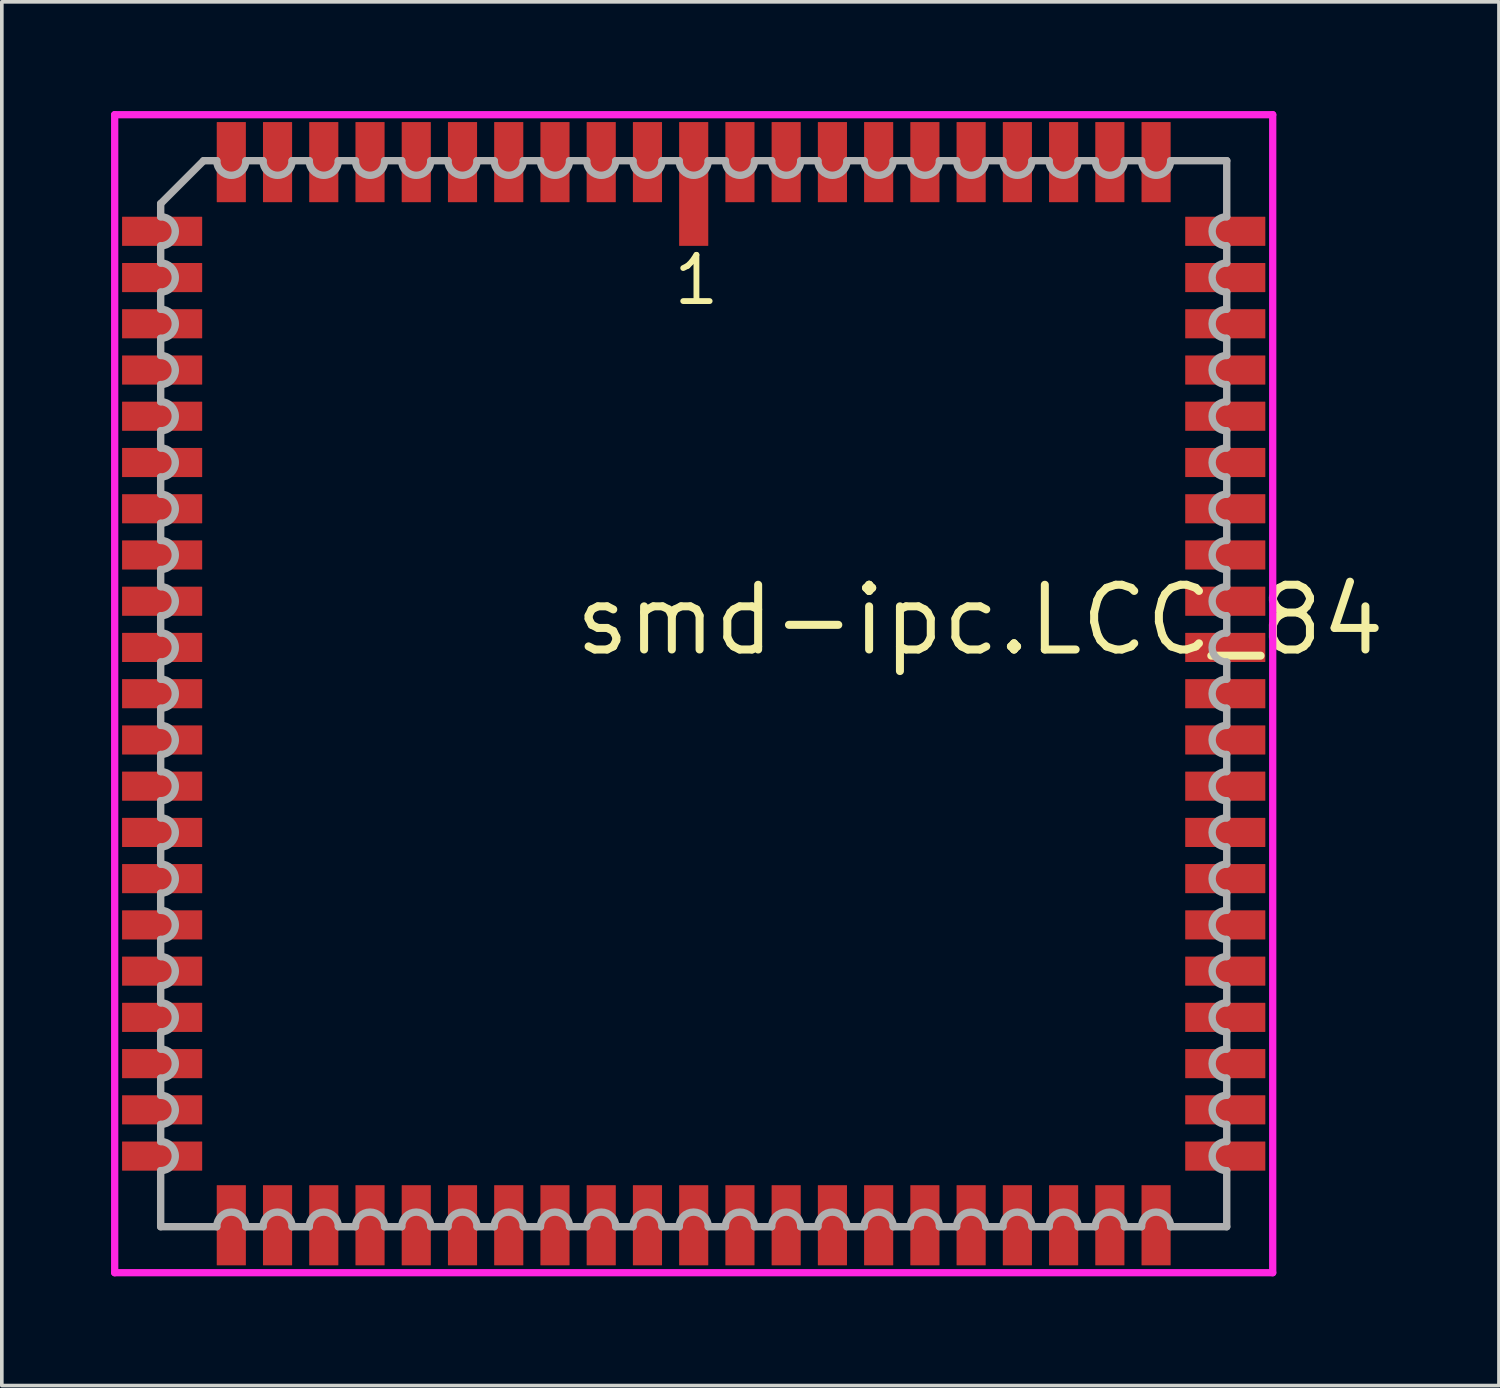
<source format=kicad_pcb>
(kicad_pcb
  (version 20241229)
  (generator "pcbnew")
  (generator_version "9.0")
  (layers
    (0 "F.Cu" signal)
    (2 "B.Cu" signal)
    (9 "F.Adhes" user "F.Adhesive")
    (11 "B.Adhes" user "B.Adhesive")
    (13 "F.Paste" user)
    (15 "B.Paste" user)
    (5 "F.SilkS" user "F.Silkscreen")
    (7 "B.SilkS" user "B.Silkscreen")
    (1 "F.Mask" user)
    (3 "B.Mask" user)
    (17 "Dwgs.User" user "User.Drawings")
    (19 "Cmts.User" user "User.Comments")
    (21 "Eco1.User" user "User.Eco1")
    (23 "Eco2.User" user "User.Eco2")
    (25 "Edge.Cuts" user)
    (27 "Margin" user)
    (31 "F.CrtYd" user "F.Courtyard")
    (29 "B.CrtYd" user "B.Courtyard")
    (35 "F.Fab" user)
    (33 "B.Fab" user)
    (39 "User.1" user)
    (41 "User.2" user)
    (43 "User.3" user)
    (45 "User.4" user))
  (footprint "smd-ipc.LCC_84"
    (layer "F.Cu")
    (at 16.003 16.003)
    (property "Reference" "smd-ipc.LCC_84" (at -3.37 -0.985 0) (layer "F.SilkS") (effects (font (size 1.778 1.778) (thickness 0.22)) (justify left bottom)))
    (attr smd)
    (fp_line (start -15.903 -15.903) (end 15.903 -15.903) (stroke (width 0.2) (type default)) (layer "F.CrtYd"))
    (fp_line (start -15.903 15.903) (end -15.903 -15.903) (stroke (width 0.2) (type default)) (layer "F.CrtYd"))
    (fp_line (start 15.903 -15.903) (end 15.903 15.903) (stroke (width 0.2) (type default)) (layer "F.CrtYd"))
    (fp_line (start 15.903 15.903) (end -15.903 15.903) (stroke (width 0.2) (type default)) (layer "F.CrtYd"))
    (fp_line (start -14.64 -13.46) (end -14.64 -13.1) (stroke (width 0.203) (type default)) (layer "F.Fab"))
    (fp_line (start -14.64 -12.3) (end -14.64 -11.83) (stroke (width 0.203) (type default)) (layer "F.Fab"))
    (fp_line (start -14.64 -11.03) (end -14.64 -10.56) (stroke (width 0.203) (type default)) (layer "F.Fab"))
    (fp_line (start -14.64 -9.76) (end -14.64 -9.29) (stroke (width 0.203) (type default)) (layer "F.Fab"))
    (fp_line (start -14.64 -8.49) (end -14.64 -8.02) (stroke (width 0.203) (type default)) (layer "F.Fab"))
    (fp_line (start -14.64 -7.22) (end -14.64 -6.75) (stroke (width 0.203) (type default)) (layer "F.Fab"))
    (fp_line (start -14.64 -5.95) (end -14.64 -5.48) (stroke (width 0.203) (type default)) (layer "F.Fab"))
    (fp_line (start -14.64 -4.68) (end -14.64 -4.21) (stroke (width 0.203) (type default)) (layer "F.Fab"))
    (fp_line (start -14.64 -3.41) (end -14.64 -2.94) (stroke (width 0.203) (type default)) (layer "F.Fab"))
    (fp_line (start -14.64 -2.14) (end -14.64 -1.67) (stroke (width 0.203) (type default)) (layer "F.Fab"))
    (fp_line (start -14.64 -0.87) (end -14.64 -0.4) (stroke (width 0.203) (type default)) (layer "F.Fab"))
    (fp_line (start -14.64 0.4) (end -14.64 0.87) (stroke (width 0.203) (type default)) (layer "F.Fab"))
    (fp_line (start -14.64 1.67) (end -14.64 2.14) (stroke (width 0.203) (type default)) (layer "F.Fab"))
    (fp_line (start -14.64 2.94) (end -14.64 3.41) (stroke (width 0.203) (type default)) (layer "F.Fab"))
    (fp_line (start -14.64 4.21) (end -14.64 4.68) (stroke (width 0.203) (type default)) (layer "F.Fab"))
    (fp_line (start -14.64 5.48) (end -14.64 5.95) (stroke (width 0.203) (type default)) (layer "F.Fab"))
    (fp_line (start -14.64 6.75) (end -14.64 7.22) (stroke (width 0.203) (type default)) (layer "F.Fab"))
    (fp_line (start -14.64 8.02) (end -14.64 8.49) (stroke (width 0.203) (type default)) (layer "F.Fab"))
    (fp_line (start -14.64 9.29) (end -14.64 9.76) (stroke (width 0.203) (type default)) (layer "F.Fab"))
    (fp_line (start -14.64 10.56) (end -14.64 11.03) (stroke (width 0.203) (type default)) (layer "F.Fab"))
    (fp_line (start -14.64 11.83) (end -14.64 12.3) (stroke (width 0.203) (type default)) (layer "F.Fab"))
    (fp_line (start -14.64 13.1) (end -14.64 14.64) (stroke (width 0.203) (type default)) (layer "F.Fab"))
    (fp_line (start -14.64 14.64) (end -13.1 14.64) (stroke (width 0.203) (type default)) (layer "F.Fab"))
    (fp_line (start -13.46 -14.64) (end -14.64 -13.46) (stroke (width 0.203) (type default)) (layer "F.Fab"))
    (fp_line (start -13.1 -14.64) (end -13.46 -14.64) (stroke (width 0.203) (type default)) (layer "F.Fab"))
    (fp_line (start -12.3 14.64) (end -11.83 14.64) (stroke (width 0.203) (type default)) (layer "F.Fab"))
    (fp_line (start -11.83 -14.64) (end -12.3 -14.64) (stroke (width 0.203) (type default)) (layer "F.Fab"))
    (fp_line (start -11.03 14.64) (end -10.56 14.64) (stroke (width 0.203) (type default)) (layer "F.Fab"))
    (fp_line (start -10.56 -14.64) (end -11.03 -14.64) (stroke (width 0.203) (type default)) (layer "F.Fab"))
    (fp_line (start -9.76 14.64) (end -9.29 14.64) (stroke (width 0.203) (type default)) (layer "F.Fab"))
    (fp_line (start -9.29 -14.64) (end -9.76 -14.64) (stroke (width 0.203) (type default)) (layer "F.Fab"))
    (fp_line (start -8.49 14.64) (end -8.02 14.64) (stroke (width 0.203) (type default)) (layer "F.Fab"))
    (fp_line (start -8.02 -14.64) (end -8.49 -14.64) (stroke (width 0.203) (type default)) (layer "F.Fab"))
    (fp_line (start -7.22 14.64) (end -6.75 14.64) (stroke (width 0.203) (type default)) (layer "F.Fab"))
    (fp_line (start -6.75 -14.64) (end -7.22 -14.64) (stroke (width 0.203) (type default)) (layer "F.Fab"))
    (fp_line (start -5.95 14.64) (end -5.48 14.64) (stroke (width 0.203) (type default)) (layer "F.Fab"))
    (fp_line (start -5.48 -14.64) (end -5.95 -14.64) (stroke (width 0.203) (type default)) (layer "F.Fab"))
    (fp_line (start -4.68 14.64) (end -4.21 14.64) (stroke (width 0.203) (type default)) (layer "F.Fab"))
    (fp_line (start -4.21 -14.64) (end -4.68 -14.64) (stroke (width 0.203) (type default)) (layer "F.Fab"))
    (fp_line (start -3.41 14.64) (end -2.94 14.64) (stroke (width 0.203) (type default)) (layer "F.Fab"))
    (fp_line (start -2.94 -14.64) (end -3.41 -14.64) (stroke (width 0.203) (type default)) (layer "F.Fab"))
    (fp_line (start -2.14 14.64) (end -1.67 14.64) (stroke (width 0.203) (type default)) (layer "F.Fab"))
    (fp_line (start -1.67 -14.64) (end -2.14 -14.64) (stroke (width 0.203) (type default)) (layer "F.Fab"))
    (fp_line (start -0.87 14.64) (end -0.4 14.64) (stroke (width 0.203) (type default)) (layer "F.Fab"))
    (fp_line (start -0.4 -14.64) (end -0.87 -14.64) (stroke (width 0.203) (type default)) (layer "F.Fab"))
    (fp_line (start 0.4 14.64) (end 0.87 14.64) (stroke (width 0.203) (type default)) (layer "F.Fab"))
    (fp_line (start 0.87 -14.64) (end 0.4 -14.64) (stroke (width 0.203) (type default)) (layer "F.Fab"))
    (fp_line (start 1.67 14.64) (end 2.14 14.64) (stroke (width 0.203) (type default)) (layer "F.Fab"))
    (fp_line (start 2.14 -14.64) (end 1.67 -14.64) (stroke (width 0.203) (type default)) (layer "F.Fab"))
    (fp_line (start 2.94 14.64) (end 3.41 14.64) (stroke (width 0.203) (type default)) (layer "F.Fab"))
    (fp_line (start 3.41 -14.64) (end 2.94 -14.64) (stroke (width 0.203) (type default)) (layer "F.Fab"))
    (fp_line (start 4.21 14.64) (end 4.68 14.64) (stroke (width 0.203) (type default)) (layer "F.Fab"))
    (fp_line (start 4.68 -14.64) (end 4.21 -14.64) (stroke (width 0.203) (type default)) (layer "F.Fab"))
    (fp_line (start 5.48 14.64) (end 5.95 14.64) (stroke (width 0.203) (type default)) (layer "F.Fab"))
    (fp_line (start 5.95 -14.64) (end 5.48 -14.64) (stroke (width 0.203) (type default)) (layer "F.Fab"))
    (fp_line (start 6.75 14.64) (end 7.22 14.64) (stroke (width 0.203) (type default)) (layer "F.Fab"))
    (fp_line (start 7.22 -14.64) (end 6.75 -14.64) (stroke (width 0.203) (type default)) (layer "F.Fab"))
    (fp_line (start 8.02 14.64) (end 8.49 14.64) (stroke (width 0.203) (type default)) (layer "F.Fab"))
    (fp_line (start 8.49 -14.64) (end 8.02 -14.64) (stroke (width 0.203) (type default)) (layer "F.Fab"))
    (fp_line (start 9.29 14.64) (end 9.76 14.64) (stroke (width 0.203) (type default)) (layer "F.Fab"))
    (fp_line (start 9.76 -14.64) (end 9.29 -14.64) (stroke (width 0.203) (type default)) (layer "F.Fab"))
    (fp_line (start 10.56 14.64) (end 11.03 14.64) (stroke (width 0.203) (type default)) (layer "F.Fab"))
    (fp_line (start 11.03 -14.64) (end 10.56 -14.64) (stroke (width 0.203) (type default)) (layer "F.Fab"))
    (fp_line (start 11.83 14.64) (end 12.3 14.64) (stroke (width 0.203) (type default)) (layer "F.Fab"))
    (fp_line (start 12.3 -14.64) (end 11.83 -14.64) (stroke (width 0.203) (type default)) (layer "F.Fab"))
    (fp_line (start 13.1 14.64) (end 14.64 14.64) (stroke (width 0.203) (type default)) (layer "F.Fab"))
    (fp_line (start 14.64 -14.64) (end 13.1 -14.64) (stroke (width 0.203) (type default)) (layer "F.Fab"))
    (fp_line (start 14.64 -13.1) (end 14.64 -14.64) (stroke (width 0.203) (type default)) (layer "F.Fab"))
    (fp_line (start 14.64 -11.83) (end 14.64 -12.3) (stroke (width 0.203) (type default)) (layer "F.Fab"))
    (fp_line (start 14.64 -10.56) (end 14.64 -11.03) (stroke (width 0.203) (type default)) (layer "F.Fab"))
    (fp_line (start 14.64 -9.29) (end 14.64 -9.76) (stroke (width 0.203) (type default)) (layer "F.Fab"))
    (fp_line (start 14.64 -8.02) (end 14.64 -8.49) (stroke (width 0.203) (type default)) (layer "F.Fab"))
    (fp_line (start 14.64 -6.75) (end 14.64 -7.22) (stroke (width 0.203) (type default)) (layer "F.Fab"))
    (fp_line (start 14.64 -5.48) (end 14.64 -5.95) (stroke (width 0.203) (type default)) (layer "F.Fab"))
    (fp_line (start 14.64 -4.21) (end 14.64 -4.68) (stroke (width 0.203) (type default)) (layer "F.Fab"))
    (fp_line (start 14.64 -2.94) (end 14.64 -3.41) (stroke (width 0.203) (type default)) (layer "F.Fab"))
    (fp_line (start 14.64 -1.67) (end 14.64 -2.14) (stroke (width 0.203) (type default)) (layer "F.Fab"))
    (fp_line (start 14.64 -0.4) (end 14.64 -0.87) (stroke (width 0.203) (type default)) (layer "F.Fab"))
    (fp_line (start 14.64 0.87) (end 14.64 0.4) (stroke (width 0.203) (type default)) (layer "F.Fab"))
    (fp_line (start 14.64 2.14) (end 14.64 1.67) (stroke (width 0.203) (type default)) (layer "F.Fab"))
    (fp_line (start 14.64 3.41) (end 14.64 2.94) (stroke (width 0.203) (type default)) (layer "F.Fab"))
    (fp_line (start 14.64 4.68) (end 14.64 4.21) (stroke (width 0.203) (type default)) (layer "F.Fab"))
    (fp_line (start 14.64 5.95) (end 14.64 5.48) (stroke (width 0.203) (type default)) (layer "F.Fab"))
    (fp_line (start 14.64 7.22) (end 14.64 6.75) (stroke (width 0.203) (type default)) (layer "F.Fab"))
    (fp_line (start 14.64 8.49) (end 14.64 8.02) (stroke (width 0.203) (type default)) (layer "F.Fab"))
    (fp_line (start 14.64 9.76) (end 14.64 9.29) (stroke (width 0.203) (type default)) (layer "F.Fab"))
    (fp_line (start 14.64 11.03) (end 14.64 10.56) (stroke (width 0.203) (type default)) (layer "F.Fab"))
    (fp_line (start 14.64 12.3) (end 14.64 11.83) (stroke (width 0.203) (type default)) (layer "F.Fab"))
    (fp_line (start 14.64 14.64) (end 14.64 13.1) (stroke (width 0.203) (type default)) (layer "F.Fab"))
    (fp_arc (start -14.6383 -13.1) (mid -14.2383 -12.7) (end -14.6383 -12.3) (stroke (width 0.2032) (type default)) (layer "F.Fab"))
    (fp_arc (start -14.6383 -11.83) (mid -14.2383 -11.43) (end -14.6383 -11.03) (stroke (width 0.2032) (type default)) (layer "F.Fab"))
    (fp_arc (start -14.6383 -10.56) (mid -14.2383 -10.16) (end -14.6383 -9.76) (stroke (width 0.2032) (type default)) (layer "F.Fab"))
    (fp_arc (start -14.6383 -9.29) (mid -14.2383 -8.89) (end -14.6383 -8.49) (stroke (width 0.2032) (type default)) (layer "F.Fab"))
    (fp_arc (start -14.6383 -8.02) (mid -14.2383 -7.62) (end -14.6383 -7.22) (stroke (width 0.2032) (type default)) (layer "F.Fab"))
    (fp_arc (start -14.6383 -6.75) (mid -14.2383 -6.35) (end -14.6383 -5.95) (stroke (width 0.2032) (type default)) (layer "F.Fab"))
    (fp_arc (start -14.6383 -5.48) (mid -14.2383 -5.08) (end -14.6383 -4.68) (stroke (width 0.2032) (type default)) (layer "F.Fab"))
    (fp_arc (start -14.6383 -4.21) (mid -14.2383 -3.81) (end -14.6383 -3.41) (stroke (width 0.2032) (type default)) (layer "F.Fab"))
    (fp_arc (start -14.6383 -2.94) (mid -14.2383 -2.54) (end -14.6383 -2.14) (stroke (width 0.2032) (type default)) (layer "F.Fab"))
    (fp_arc (start -14.6383 -1.67) (mid -14.2383 -1.27) (end -14.6383 -0.87) (stroke (width 0.2032) (type default)) (layer "F.Fab"))
    (fp_arc (start -14.6383 -0.4001) (mid -14.2382 0) (end -14.6383 0.4001) (stroke (width 0.2032) (type default)) (layer "F.Fab"))
    (fp_arc (start -14.6383 0.8699) (mid -14.2382 1.27) (end -14.6383 1.6701) (stroke (width 0.2032) (type default)) (layer "F.Fab"))
    (fp_arc (start -14.6383 2.1399) (mid -14.2382 2.54) (end -14.6383 2.9401) (stroke (width 0.2032) (type default)) (layer "F.Fab"))
    (fp_arc (start -14.6383 3.4099) (mid -14.2382 3.81) (end -14.6383 4.2101) (stroke (width 0.2032) (type default)) (layer "F.Fab"))
    (fp_arc (start -14.6383 4.6799) (mid -14.2382 5.08) (end -14.6383 5.4801) (stroke (width 0.2032) (type default)) (layer "F.Fab"))
    (fp_arc (start -14.6383 5.9499) (mid -14.2382 6.35) (end -14.6383 6.7501) (stroke (width 0.2032) (type default)) (layer "F.Fab"))
    (fp_arc (start -14.6383 7.2199) (mid -14.2382 7.62) (end -14.6383 8.0201) (stroke (width 0.2032) (type default)) (layer "F.Fab"))
    (fp_arc (start -14.6383 8.4899) (mid -14.2382 8.89) (end -14.6383 9.2901) (stroke (width 0.2032) (type default)) (layer "F.Fab"))
    (fp_arc (start -14.6383 9.7599) (mid -14.2382 10.16) (end -14.6383 10.5601) (stroke (width 0.2032) (type default)) (layer "F.Fab"))
    (fp_arc (start -14.6383 11.0299) (mid -14.2382 11.43) (end -14.6383 11.8301) (stroke (width 0.2032) (type default)) (layer "F.Fab"))
    (fp_arc (start -14.6383 12.2999) (mid -14.2382 12.7) (end -14.6383 13.1001) (stroke (width 0.2032) (type default)) (layer "F.Fab"))
    (fp_arc (start -13.1001 14.6383) (mid -12.7 14.2382) (end -12.2999 14.6383) (stroke (width 0.2032) (type default)) (layer "F.Fab"))
    (fp_arc (start -12.2999 -14.6383) (mid -12.7 -14.2382) (end -13.1001 -14.6383) (stroke (width 0.2032) (type default)) (layer "F.Fab"))
    (fp_arc (start -11.8301 14.6383) (mid -11.43 14.2382) (end -11.0299 14.6383) (stroke (width 0.2032) (type default)) (layer "F.Fab"))
    (fp_arc (start -11.0299 -14.6383) (mid -11.43 -14.2382) (end -11.8301 -14.6383) (stroke (width 0.2032) (type default)) (layer "F.Fab"))
    (fp_arc (start -10.5601 14.6383) (mid -10.16 14.2382) (end -9.7599 14.6383) (stroke (width 0.2032) (type default)) (layer "F.Fab"))
    (fp_arc (start -9.7599 -14.6383) (mid -10.16 -14.2382) (end -10.5601 -14.6383) (stroke (width 0.2032) (type default)) (layer "F.Fab"))
    (fp_arc (start -9.2901 14.6383) (mid -8.89 14.2382) (end -8.4899 14.6383) (stroke (width 0.2032) (type default)) (layer "F.Fab"))
    (fp_arc (start -8.4899 -14.6383) (mid -8.89 -14.2382) (end -9.2901 -14.6383) (stroke (width 0.2032) (type default)) (layer "F.Fab"))
    (fp_arc (start -8.0201 14.6383) (mid -7.62 14.2382) (end -7.2199 14.6383) (stroke (width 0.2032) (type default)) (layer "F.Fab"))
    (fp_arc (start -7.2199 -14.6383) (mid -7.62 -14.2382) (end -8.0201 -14.6383) (stroke (width 0.2032) (type default)) (layer "F.Fab"))
    (fp_arc (start -6.7501 14.6383) (mid -6.35 14.2382) (end -5.9499 14.6383) (stroke (width 0.2032) (type default)) (layer "F.Fab"))
    (fp_arc (start -5.9499 -14.6383) (mid -6.35 -14.2382) (end -6.7501 -14.6383) (stroke (width 0.2032) (type default)) (layer "F.Fab"))
    (fp_arc (start -5.4801 14.6383) (mid -5.08 14.2382) (end -4.6799 14.6383) (stroke (width 0.2032) (type default)) (layer "F.Fab"))
    (fp_arc (start -4.6799 -14.6383) (mid -5.08 -14.2382) (end -5.4801 -14.6383) (stroke (width 0.2032) (type default)) (layer "F.Fab"))
    (fp_arc (start -4.2101 14.6383) (mid -3.81 14.2382) (end -3.4099 14.6383) (stroke (width 0.2032) (type default)) (layer "F.Fab"))
    (fp_arc (start -3.4099 -14.6383) (mid -3.81 -14.2382) (end -4.2101 -14.6383) (stroke (width 0.2032) (type default)) (layer "F.Fab"))
    (fp_arc (start -2.9401 14.6383) (mid -2.54 14.2382) (end -2.1399 14.6383) (stroke (width 0.2032) (type default)) (layer "F.Fab"))
    (fp_arc (start -2.1399 -14.6383) (mid -2.54 -14.2382) (end -2.9401 -14.6383) (stroke (width 0.2032) (type default)) (layer "F.Fab"))
    (fp_arc (start -1.6701 14.6383) (mid -1.27 14.2382) (end -0.8699 14.6383) (stroke (width 0.2032) (type default)) (layer "F.Fab"))
    (fp_arc (start -0.8699 -14.6383) (mid -1.27 -14.2382) (end -1.6701 -14.6383) (stroke (width 0.2032) (type default)) (layer "F.Fab"))
    (fp_arc (start -0.4001 14.6383) (mid 0 14.2382) (end 0.4001 14.6383) (stroke (width 0.2032) (type default)) (layer "F.Fab"))
    (fp_arc (start 0.4001 -14.6383) (mid 0 -14.2382) (end -0.4001 -14.6383) (stroke (width 0.2032) (type default)) (layer "F.Fab"))
    (fp_arc (start 0.87 14.6383) (mid 1.27 14.2383) (end 1.67 14.6383) (stroke (width 0.2032) (type default)) (layer "F.Fab"))
    (fp_arc (start 1.67 -14.6383) (mid 1.27 -14.2383) (end 0.87 -14.6383) (stroke (width 0.2032) (type default)) (layer "F.Fab"))
    (fp_arc (start 2.14 14.6383) (mid 2.54 14.2383) (end 2.94 14.6383) (stroke (width 0.2032) (type default)) (layer "F.Fab"))
    (fp_arc (start 2.94 -14.6383) (mid 2.54 -14.2383) (end 2.14 -14.6383) (stroke (width 0.2032) (type default)) (layer "F.Fab"))
    (fp_arc (start 3.41 14.6383) (mid 3.81 14.2383) (end 4.21 14.6383) (stroke (width 0.2032) (type default)) (layer "F.Fab"))
    (fp_arc (start 4.21 -14.6383) (mid 3.81 -14.2383) (end 3.41 -14.6383) (stroke (width 0.2032) (type default)) (layer "F.Fab"))
    (fp_arc (start 4.68 14.6383) (mid 5.08 14.2383) (end 5.48 14.6383) (stroke (width 0.2032) (type default)) (layer "F.Fab"))
    (fp_arc (start 5.48 -14.6383) (mid 5.08 -14.2383) (end 4.68 -14.6383) (stroke (width 0.2032) (type default)) (layer "F.Fab"))
    (fp_arc (start 5.95 14.6383) (mid 6.35 14.2383) (end 6.75 14.6383) (stroke (width 0.2032) (type default)) (layer "F.Fab"))
    (fp_arc (start 6.75 -14.6383) (mid 6.35 -14.2383) (end 5.95 -14.6383) (stroke (width 0.2032) (type default)) (layer "F.Fab"))
    (fp_arc (start 7.22 14.6383) (mid 7.62 14.2383) (end 8.02 14.6383) (stroke (width 0.2032) (type default)) (layer "F.Fab"))
    (fp_arc (start 8.02 -14.6383) (mid 7.62 -14.2383) (end 7.22 -14.6383) (stroke (width 0.2032) (type default)) (layer "F.Fab"))
    (fp_arc (start 8.49 14.6383) (mid 8.89 14.2383) (end 9.29 14.6383) (stroke (width 0.2032) (type default)) (layer "F.Fab"))
    (fp_arc (start 9.29 -14.6383) (mid 8.89 -14.2383) (end 8.49 -14.6383) (stroke (width 0.2032) (type default)) (layer "F.Fab"))
    (fp_arc (start 9.76 14.6383) (mid 10.16 14.2383) (end 10.56 14.6383) (stroke (width 0.2032) (type default)) (layer "F.Fab"))
    (fp_arc (start 10.56 -14.6383) (mid 10.16 -14.2383) (end 9.76 -14.6383) (stroke (width 0.2032) (type default)) (layer "F.Fab"))
    (fp_arc (start 11.03 14.6383) (mid 11.43 14.2383) (end 11.83 14.6383) (stroke (width 0.2032) (type default)) (layer "F.Fab"))
    (fp_arc (start 11.83 -14.6383) (mid 11.43 -14.2383) (end 11.03 -14.6383) (stroke (width 0.2032) (type default)) (layer "F.Fab"))
    (fp_arc (start 12.3 14.6383) (mid 12.7 14.2383) (end 13.1 14.6383) (stroke (width 0.2032) (type default)) (layer "F.Fab"))
    (fp_arc (start 13.1 -14.6383) (mid 12.7 -14.2383) (end 12.3 -14.6383) (stroke (width 0.2032) (type default)) (layer "F.Fab"))
    (fp_arc (start 14.6383 -12.2999) (mid 14.2382 -12.7) (end 14.6383 -13.1001) (stroke (width 0.2032) (type default)) (layer "F.Fab"))
    (fp_arc (start 14.6383 -11.0299) (mid 14.2382 -11.43) (end 14.6383 -11.8301) (stroke (width 0.2032) (type default)) (layer "F.Fab"))
    (fp_arc (start 14.6383 -9.7599) (mid 14.2382 -10.16) (end 14.6383 -10.5601) (stroke (width 0.2032) (type default)) (layer "F.Fab"))
    (fp_arc (start 14.6383 -8.4899) (mid 14.2382 -8.89) (end 14.6383 -9.2901) (stroke (width 0.2032) (type default)) (layer "F.Fab"))
    (fp_arc (start 14.6383 -7.2199) (mid 14.2382 -7.62) (end 14.6383 -8.0201) (stroke (width 0.2032) (type default)) (layer "F.Fab"))
    (fp_arc (start 14.6383 -5.9499) (mid 14.2382 -6.35) (end 14.6383 -6.7501) (stroke (width 0.2032) (type default)) (layer "F.Fab"))
    (fp_arc (start 14.6383 -4.6799) (mid 14.2382 -5.08) (end 14.6383 -5.4801) (stroke (width 0.2032) (type default)) (layer "F.Fab"))
    (fp_arc (start 14.6383 -3.4099) (mid 14.2382 -3.81) (end 14.6383 -4.2101) (stroke (width 0.2032) (type default)) (layer "F.Fab"))
    (fp_arc (start 14.6383 -2.1399) (mid 14.2382 -2.54) (end 14.6383 -2.9401) (stroke (width 0.2032) (type default)) (layer "F.Fab"))
    (fp_arc (start 14.6383 -0.8699) (mid 14.2382 -1.27) (end 14.6383 -1.6701) (stroke (width 0.2032) (type default)) (layer "F.Fab"))
    (fp_arc (start 14.6383 0.4001) (mid 14.2382 0) (end 14.6383 -0.4001) (stroke (width 0.2032) (type default)) (layer "F.Fab"))
    (fp_arc (start 14.6383 1.6701) (mid 14.2382 1.27) (end 14.6383 0.8699) (stroke (width 0.2032) (type default)) (layer "F.Fab"))
    (fp_arc (start 14.6383 2.9401) (mid 14.2382 2.54) (end 14.6383 2.1399) (stroke (width 0.2032) (type default)) (layer "F.Fab"))
    (fp_arc (start 14.6383 4.2101) (mid 14.2382 3.81) (end 14.6383 3.4099) (stroke (width 0.2032) (type default)) (layer "F.Fab"))
    (fp_arc (start 14.6383 5.48) (mid 14.2383 5.08) (end 14.6383 4.68) (stroke (width 0.2032) (type default)) (layer "F.Fab"))
    (fp_arc (start 14.6383 6.75) (mid 14.2383 6.35) (end 14.6383 5.95) (stroke (width 0.2032) (type default)) (layer "F.Fab"))
    (fp_arc (start 14.6383 8.02) (mid 14.2383 7.62) (end 14.6383 7.22) (stroke (width 0.2032) (type default)) (layer "F.Fab"))
    (fp_arc (start 14.6383 9.29) (mid 14.2383 8.89) (end 14.6383 8.49) (stroke (width 0.2032) (type default)) (layer "F.Fab"))
    (fp_arc (start 14.6383 10.56) (mid 14.2383 10.16) (end 14.6383 9.76) (stroke (width 0.2032) (type default)) (layer "F.Fab"))
    (fp_arc (start 14.6383 11.83) (mid 14.2383 11.43) (end 14.6383 11.03) (stroke (width 0.2032) (type default)) (layer "F.Fab"))
    (fp_arc (start 14.6383 13.1) (mid 14.2383 12.7) (end 14.6383 12.3) (stroke (width 0.2032) (type default)) (layer "F.Fab"))
    (fp_text user "1" (at -0.635 -10.62 0) (layer "F.SilkS") (effects (font (size 1.27 1.27) (thickness 0.16)) (justify left bottom)))
    (pad "1" smd roundrect (at 0 -14) (size 0.8 3.4) (layers "F.Cu" "F.Mask" "F.Paste") (roundrect_rratio 0.01))
    (pad "2" smd roundrect (at -1.27 -14.6) (size 0.8 2.2) (layers "F.Cu" "F.Mask" "F.Paste") (roundrect_rratio 0.01))
    (pad "3" smd roundrect (at -2.54 -14.6) (size 0.8 2.2) (layers "F.Cu" "F.Mask" "F.Paste") (roundrect_rratio 0.01))
    (pad "4" smd roundrect (at -3.81 -14.6) (size 0.8 2.2) (layers "F.Cu" "F.Mask" "F.Paste") (roundrect_rratio 0.01))
    (pad "5" smd roundrect (at -5.08 -14.6) (size 0.8 2.2) (layers "F.Cu" "F.Mask" "F.Paste") (roundrect_rratio 0.01))
    (pad "6" smd roundrect (at -6.35 -14.6) (size 0.8 2.2) (layers "F.Cu" "F.Mask" "F.Paste") (roundrect_rratio 0.01))
    (pad "7" smd roundrect (at -7.62 -14.6) (size 0.8 2.2) (layers "F.Cu" "F.Mask" "F.Paste") (roundrect_rratio 0.01))
    (pad "8" smd roundrect (at -8.89 -14.6) (size 0.8 2.2) (layers "F.Cu" "F.Mask" "F.Paste") (roundrect_rratio 0.01))
    (pad "9" smd roundrect (at -10.16 -14.6) (size 0.8 2.2) (layers "F.Cu" "F.Mask" "F.Paste") (roundrect_rratio 0.01))
    (pad "10" smd roundrect (at -11.43 -14.6) (size 0.8 2.2) (layers "F.Cu" "F.Mask" "F.Paste") (roundrect_rratio 0.01))
    (pad "11" smd roundrect (at -12.7 -14.6) (size 0.8 2.2) (layers "F.Cu" "F.Mask" "F.Paste") (roundrect_rratio 0.01))
    (pad "12" smd roundrect (at -14.6 -12.7) (size 2.2 0.8) (layers "F.Cu" "F.Mask" "F.Paste") (roundrect_rratio 0.01))
    (pad "13" smd roundrect (at -14.6 -11.43) (size 2.2 0.8) (layers "F.Cu" "F.Mask" "F.Paste") (roundrect_rratio 0.01))
    (pad "14" smd roundrect (at -14.6 -10.16) (size 2.2 0.8) (layers "F.Cu" "F.Mask" "F.Paste") (roundrect_rratio 0.01))
    (pad "15" smd roundrect (at -14.6 -8.89) (size 2.2 0.8) (layers "F.Cu" "F.Mask" "F.Paste") (roundrect_rratio 0.01))
    (pad "16" smd roundrect (at -14.6 -7.62) (size 2.2 0.8) (layers "F.Cu" "F.Mask" "F.Paste") (roundrect_rratio 0.01))
    (pad "17" smd roundrect (at -14.6 -6.35) (size 2.2 0.8) (layers "F.Cu" "F.Mask" "F.Paste") (roundrect_rratio 0.01))
    (pad "18" smd roundrect (at -14.6 -5.08) (size 2.2 0.8) (layers "F.Cu" "F.Mask" "F.Paste") (roundrect_rratio 0.01))
    (pad "19" smd roundrect (at -14.6 -3.81) (size 2.2 0.8) (layers "F.Cu" "F.Mask" "F.Paste") (roundrect_rratio 0.01))
    (pad "20" smd roundrect (at -14.6 -2.54) (size 2.2 0.8) (layers "F.Cu" "F.Mask" "F.Paste") (roundrect_rratio 0.01))
    (pad "21" smd roundrect (at -14.6 -1.27) (size 2.2 0.8) (layers "F.Cu" "F.Mask" "F.Paste") (roundrect_rratio 0.01))
    (pad "22" smd roundrect (at -14.6 0) (size 2.2 0.8) (layers "F.Cu" "F.Mask" "F.Paste") (roundrect_rratio 0.01))
    (pad "23" smd roundrect (at -14.6 1.27) (size 2.2 0.8) (layers "F.Cu" "F.Mask" "F.Paste") (roundrect_rratio 0.01))
    (pad "24" smd roundrect (at -14.6 2.54) (size 2.2 0.8) (layers "F.Cu" "F.Mask" "F.Paste") (roundrect_rratio 0.01))
    (pad "25" smd roundrect (at -14.6 3.81) (size 2.2 0.8) (layers "F.Cu" "F.Mask" "F.Paste") (roundrect_rratio 0.01))
    (pad "26" smd roundrect (at -14.6 5.08) (size 2.2 0.8) (layers "F.Cu" "F.Mask" "F.Paste") (roundrect_rratio 0.01))
    (pad "27" smd roundrect (at -14.6 6.35) (size 2.2 0.8) (layers "F.Cu" "F.Mask" "F.Paste") (roundrect_rratio 0.01))
    (pad "28" smd roundrect (at -14.6 7.62) (size 2.2 0.8) (layers "F.Cu" "F.Mask" "F.Paste") (roundrect_rratio 0.01))
    (pad "29" smd roundrect (at -14.6 8.89) (size 2.2 0.8) (layers "F.Cu" "F.Mask" "F.Paste") (roundrect_rratio 0.01))
    (pad "30" smd roundrect (at -14.6 10.16) (size 2.2 0.8) (layers "F.Cu" "F.Mask" "F.Paste") (roundrect_rratio 0.01))
    (pad "31" smd roundrect (at -14.6 11.43) (size 2.2 0.8) (layers "F.Cu" "F.Mask" "F.Paste") (roundrect_rratio 0.01))
    (pad "32" smd roundrect (at -14.6 12.7) (size 2.2 0.8) (layers "F.Cu" "F.Mask" "F.Paste") (roundrect_rratio 0.01))
    (pad "33" smd roundrect (at -12.7 14.6) (size 0.8 2.2) (layers "F.Cu" "F.Mask" "F.Paste") (roundrect_rratio 0.01))
    (pad "34" smd roundrect (at -11.43 14.6) (size 0.8 2.2) (layers "F.Cu" "F.Mask" "F.Paste") (roundrect_rratio 0.01))
    (pad "35" smd roundrect (at -10.16 14.6) (size 0.8 2.2) (layers "F.Cu" "F.Mask" "F.Paste") (roundrect_rratio 0.01))
    (pad "36" smd roundrect (at -8.89 14.6) (size 0.8 2.2) (layers "F.Cu" "F.Mask" "F.Paste") (roundrect_rratio 0.01))
    (pad "37" smd roundrect (at -7.62 14.6) (size 0.8 2.2) (layers "F.Cu" "F.Mask" "F.Paste") (roundrect_rratio 0.01))
    (pad "38" smd roundrect (at -6.35 14.6) (size 0.8 2.2) (layers "F.Cu" "F.Mask" "F.Paste") (roundrect_rratio 0.01))
    (pad "39" smd roundrect (at -5.08 14.6) (size 0.8 2.2) (layers "F.Cu" "F.Mask" "F.Paste") (roundrect_rratio 0.01))
    (pad "40" smd roundrect (at -3.81 14.6) (size 0.8 2.2) (layers "F.Cu" "F.Mask" "F.Paste") (roundrect_rratio 0.01))
    (pad "41" smd roundrect (at -2.54 14.6) (size 0.8 2.2) (layers "F.Cu" "F.Mask" "F.Paste") (roundrect_rratio 0.01))
    (pad "42" smd roundrect (at -1.27 14.6) (size 0.8 2.2) (layers "F.Cu" "F.Mask" "F.Paste") (roundrect_rratio 0.01))
    (pad "43" smd roundrect (at 0 14.6) (size 0.8 2.2) (layers "F.Cu" "F.Mask" "F.Paste") (roundrect_rratio 0.01))
    (pad "44" smd roundrect (at 1.27 14.6) (size 0.8 2.2) (layers "F.Cu" "F.Mask" "F.Paste") (roundrect_rratio 0.01))
    (pad "45" smd roundrect (at 2.54 14.6) (size 0.8 2.2) (layers "F.Cu" "F.Mask" "F.Paste") (roundrect_rratio 0.01))
    (pad "46" smd roundrect (at 3.81 14.6) (size 0.8 2.2) (layers "F.Cu" "F.Mask" "F.Paste") (roundrect_rratio 0.01))
    (pad "47" smd roundrect (at 5.08 14.6) (size 0.8 2.2) (layers "F.Cu" "F.Mask" "F.Paste") (roundrect_rratio 0.01))
    (pad "48" smd roundrect (at 6.35 14.6) (size 0.8 2.2) (layers "F.Cu" "F.Mask" "F.Paste") (roundrect_rratio 0.01))
    (pad "49" smd roundrect (at 7.62 14.6) (size 0.8 2.2) (layers "F.Cu" "F.Mask" "F.Paste") (roundrect_rratio 0.01))
    (pad "50" smd roundrect (at 8.89 14.6) (size 0.8 2.2) (layers "F.Cu" "F.Mask" "F.Paste") (roundrect_rratio 0.01))
    (pad "51" smd roundrect (at 10.16 14.6) (size 0.8 2.2) (layers "F.Cu" "F.Mask" "F.Paste") (roundrect_rratio 0.01))
    (pad "52" smd roundrect (at 11.43 14.6) (size 0.8 2.2) (layers "F.Cu" "F.Mask" "F.Paste") (roundrect_rratio 0.01))
    (pad "53" smd roundrect (at 12.7 14.6) (size 0.8 2.2) (layers "F.Cu" "F.Mask" "F.Paste") (roundrect_rratio 0.01))
    (pad "54" smd roundrect (at 14.6 12.7) (size 2.2 0.8) (layers "F.Cu" "F.Mask" "F.Paste") (roundrect_rratio 0.01))
    (pad "55" smd roundrect (at 14.6 11.43) (size 2.2 0.8) (layers "F.Cu" "F.Mask" "F.Paste") (roundrect_rratio 0.01))
    (pad "56" smd roundrect (at 14.6 10.16) (size 2.2 0.8) (layers "F.Cu" "F.Mask" "F.Paste") (roundrect_rratio 0.01))
    (pad "57" smd roundrect (at 14.6 8.89) (size 2.2 0.8) (layers "F.Cu" "F.Mask" "F.Paste") (roundrect_rratio 0.01))
    (pad "58" smd roundrect (at 14.6 7.62) (size 2.2 0.8) (layers "F.Cu" "F.Mask" "F.Paste") (roundrect_rratio 0.01))
    (pad "59" smd roundrect (at 14.6 6.35) (size 2.2 0.8) (layers "F.Cu" "F.Mask" "F.Paste") (roundrect_rratio 0.01))
    (pad "60" smd roundrect (at 14.6 5.08) (size 2.2 0.8) (layers "F.Cu" "F.Mask" "F.Paste") (roundrect_rratio 0.01))
    (pad "61" smd roundrect (at 14.6 3.81) (size 2.2 0.8) (layers "F.Cu" "F.Mask" "F.Paste") (roundrect_rratio 0.01))
    (pad "62" smd roundrect (at 14.6 2.54) (size 2.2 0.8) (layers "F.Cu" "F.Mask" "F.Paste") (roundrect_rratio 0.01))
    (pad "63" smd roundrect (at 14.6 1.27) (size 2.2 0.8) (layers "F.Cu" "F.Mask" "F.Paste") (roundrect_rratio 0.01))
    (pad "64" smd roundrect (at 14.6 0) (size 2.2 0.8) (layers "F.Cu" "F.Mask" "F.Paste") (roundrect_rratio 0.01))
    (pad "65" smd roundrect (at 14.6 -1.27) (size 2.2 0.8) (layers "F.Cu" "F.Mask" "F.Paste") (roundrect_rratio 0.01))
    (pad "66" smd roundrect (at 14.6 -2.54) (size 2.2 0.8) (layers "F.Cu" "F.Mask" "F.Paste") (roundrect_rratio 0.01))
    (pad "67" smd roundrect (at 14.6 -3.81) (size 2.2 0.8) (layers "F.Cu" "F.Mask" "F.Paste") (roundrect_rratio 0.01))
    (pad "68" smd roundrect (at 14.6 -5.08) (size 2.2 0.8) (layers "F.Cu" "F.Mask" "F.Paste") (roundrect_rratio 0.01))
    (pad "69" smd roundrect (at 14.6 -6.35) (size 2.2 0.8) (layers "F.Cu" "F.Mask" "F.Paste") (roundrect_rratio 0.01))
    (pad "70" smd roundrect (at 14.6 -7.62) (size 2.2 0.8) (layers "F.Cu" "F.Mask" "F.Paste") (roundrect_rratio 0.01))
    (pad "71" smd roundrect (at 14.6 -8.89) (size 2.2 0.8) (layers "F.Cu" "F.Mask" "F.Paste") (roundrect_rratio 0.01))
    (pad "72" smd roundrect (at 14.6 -10.16) (size 2.2 0.8) (layers "F.Cu" "F.Mask" "F.Paste") (roundrect_rratio 0.01))
    (pad "73" smd roundrect (at 14.6 -11.43) (size 2.2 0.8) (layers "F.Cu" "F.Mask" "F.Paste") (roundrect_rratio 0.01))
    (pad "74" smd roundrect (at 14.6 -12.7) (size 2.2 0.8) (layers "F.Cu" "F.Mask" "F.Paste") (roundrect_rratio 0.01))
    (pad "75" smd roundrect (at 12.7 -14.6) (size 0.8 2.2) (layers "F.Cu" "F.Mask" "F.Paste") (roundrect_rratio 0.01))
    (pad "76" smd roundrect (at 11.43 -14.6) (size 0.8 2.2) (layers "F.Cu" "F.Mask" "F.Paste") (roundrect_rratio 0.01))
    (pad "77" smd roundrect (at 10.16 -14.6) (size 0.8 2.2) (layers "F.Cu" "F.Mask" "F.Paste") (roundrect_rratio 0.01))
    (pad "78" smd roundrect (at 8.89 -14.6) (size 0.8 2.2) (layers "F.Cu" "F.Mask" "F.Paste") (roundrect_rratio 0.01))
    (pad "79" smd roundrect (at 7.62 -14.6) (size 0.8 2.2) (layers "F.Cu" "F.Mask" "F.Paste") (roundrect_rratio 0.01))
    (pad "80" smd roundrect (at 6.35 -14.6) (size 0.8 2.2) (layers "F.Cu" "F.Mask" "F.Paste") (roundrect_rratio 0.01))
    (pad "81" smd roundrect (at 5.08 -14.6) (size 0.8 2.2) (layers "F.Cu" "F.Mask" "F.Paste") (roundrect_rratio 0.01))
    (pad "82" smd roundrect (at 3.81 -14.6) (size 0.8 2.2) (layers "F.Cu" "F.Mask" "F.Paste") (roundrect_rratio 0.01))
    (pad "83" smd roundrect (at 2.54 -14.6) (size 0.8 2.2) (layers "F.Cu" "F.Mask" "F.Paste") (roundrect_rratio 0.01))
    (pad "84" smd roundrect (at 1.27 -14.6) (size 0.8 2.2) (layers "F.Cu" "F.Mask" "F.Paste") (roundrect_rratio 0.01)))
  (gr_rect
    (start -3 -3)
    (end 38.12 35.006)
    (stroke (width 0.1) (type default))
    (fill no)
    (layer "Edge.Cuts")))
</source>
